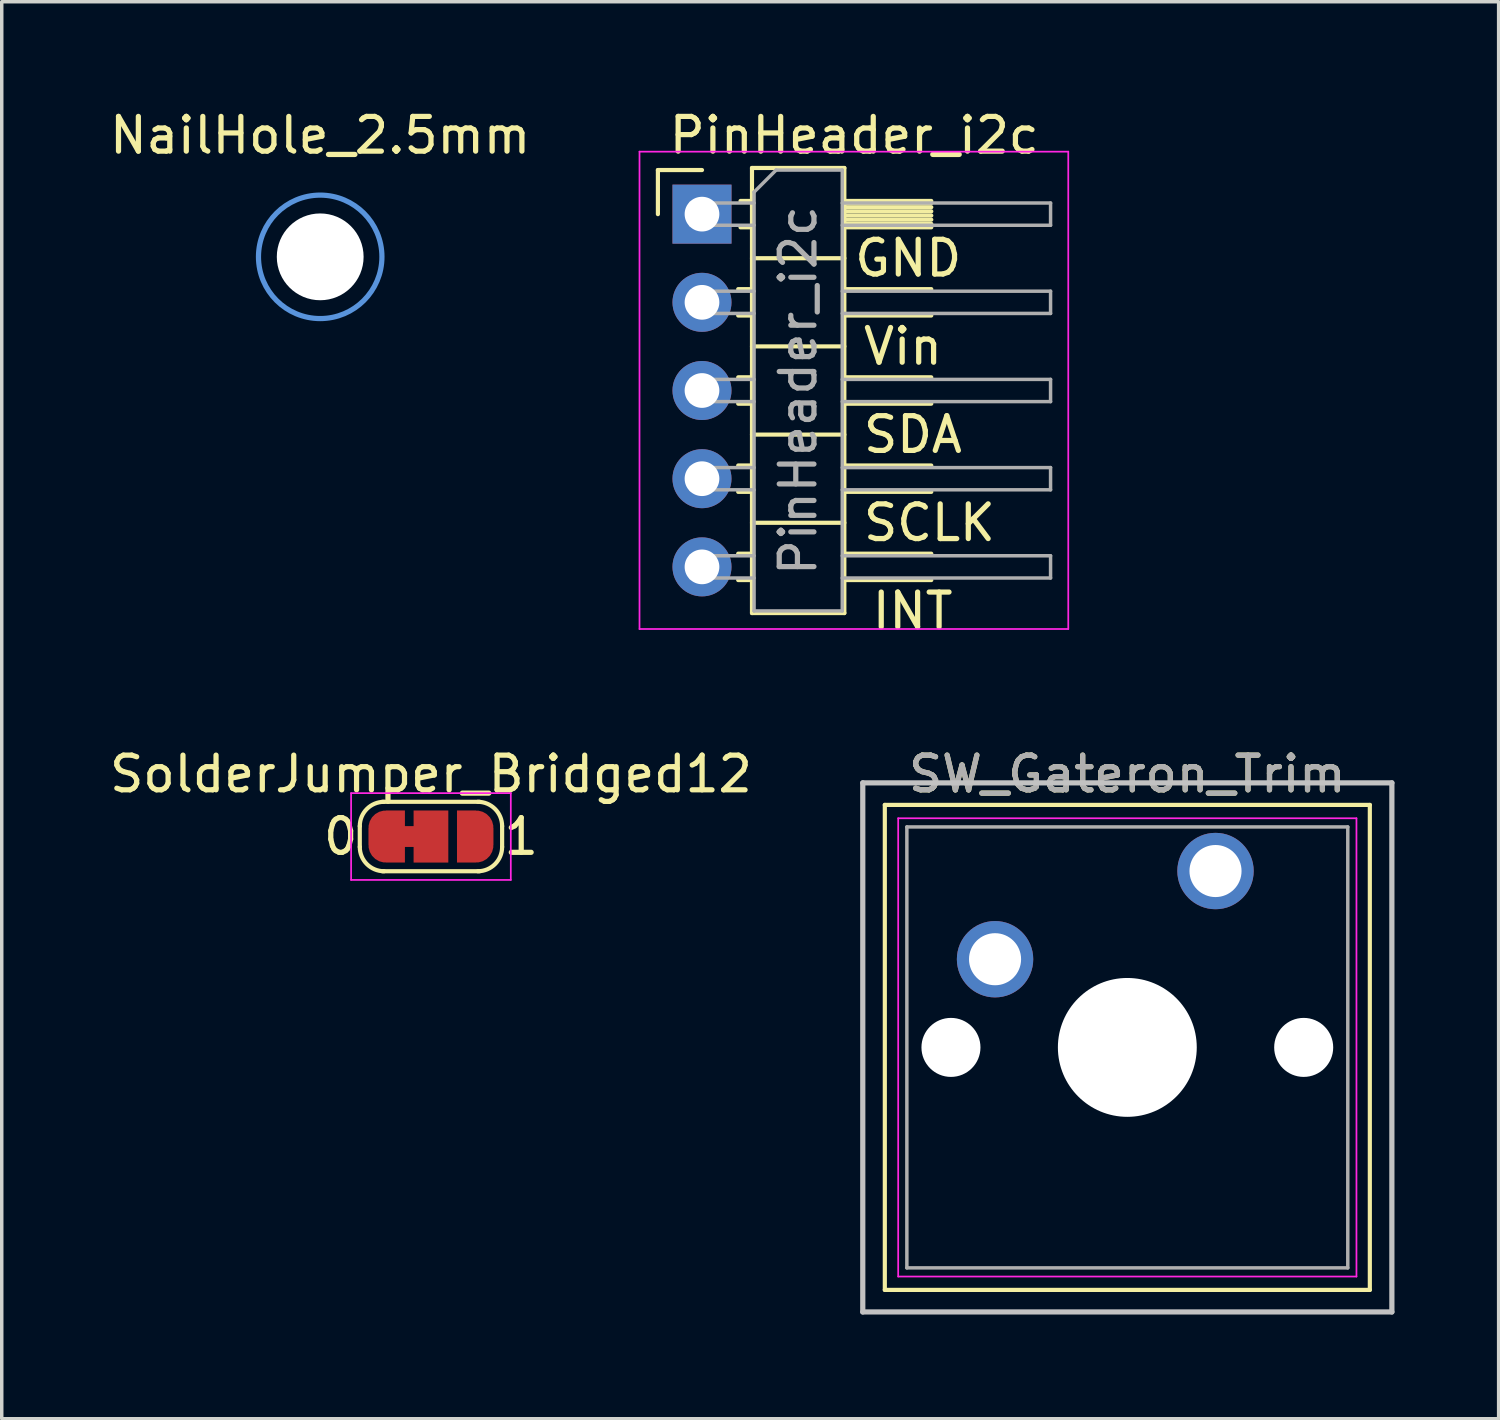
<source format=kicad_pcb>
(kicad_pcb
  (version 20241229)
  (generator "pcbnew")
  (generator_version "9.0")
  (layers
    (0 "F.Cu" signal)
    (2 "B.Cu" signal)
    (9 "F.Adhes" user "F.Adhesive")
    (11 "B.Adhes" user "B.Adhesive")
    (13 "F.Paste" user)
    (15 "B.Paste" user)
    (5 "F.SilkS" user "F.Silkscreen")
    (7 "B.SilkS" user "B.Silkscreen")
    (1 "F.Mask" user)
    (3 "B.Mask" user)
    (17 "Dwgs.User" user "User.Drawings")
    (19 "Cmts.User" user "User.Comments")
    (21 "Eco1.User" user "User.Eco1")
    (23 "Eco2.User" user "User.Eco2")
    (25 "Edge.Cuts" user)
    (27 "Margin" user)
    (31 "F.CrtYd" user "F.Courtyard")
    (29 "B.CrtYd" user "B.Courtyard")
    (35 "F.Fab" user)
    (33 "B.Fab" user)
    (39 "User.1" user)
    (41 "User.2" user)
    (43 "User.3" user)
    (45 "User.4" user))
  (footprint "SolderJumper_Bridged12"
    (layer "F.Cu")
    (at 9.363 21.045)
    (property "Reference" "SolderJumper_Bridged12" (at 0 -1.8 0) (layer "F.SilkS") (effects (font (size 1 1) (thickness 0.15))))
    (attr exclude_from_pos_files exclude_from_bom)
    (fp_poly (pts (xy -0.9 -0.3) (xy -0.4 -0.3) (xy -0.4 0.3) (xy -0.9 0.3)) (stroke (width 0) (type solid)) (fill yes) (layer "F.Cu"))
    (fp_poly (pts (xy -0.254 0.508) (xy -1.016 0.508) (xy -1.016 -0.508) (xy -0.254 -0.508)) (stroke (width 0.1) (type solid)) (fill yes) (layer "F.Mask"))
    (fp_poly (pts (xy 1.016 0.508) (xy 0.254 0.508) (xy 0.254 -0.508) (xy 1.016 -0.508)) (stroke (width 0.1) (type solid)) (fill yes) (layer "F.Mask"))
    (fp_line (start -2.05 0.3) (end -2.05 -0.3) (stroke (width 0.12) (type solid)) (layer "F.SilkS"))
    (fp_line (start -1.4 -1) (end 1.4 -1) (stroke (width 0.12) (type solid)) (layer "F.SilkS"))
    (fp_line (start 1.4 1) (end -1.4 1) (stroke (width 0.12) (type solid)) (layer "F.SilkS"))
    (fp_line (start 2.05 -0.3) (end 2.05 0.3) (stroke (width 0.12) (type solid)) (layer "F.SilkS"))
    (fp_arc (start -2.05 -0.3) (mid -1.844975 -0.794975) (end -1.35 -1) (stroke (width 0.12) (type solid)) (layer "F.SilkS"))
    (fp_arc (start -1.35 1) (mid -1.844975 0.794975) (end -2.05 0.3) (stroke (width 0.12) (type solid)) (layer "F.SilkS"))
    (fp_arc (start 1.35 -1) (mid 1.844975 -0.794975) (end 2.05 -0.3) (stroke (width 0.12) (type solid)) (layer "F.SilkS"))
    (fp_arc (start 2.05 0.3) (mid 1.844975 0.794975) (end 1.35 1) (stroke (width 0.12) (type solid)) (layer "F.SilkS"))
    (fp_line (start -2.3 -1.25) (end -2.3 1.25) (stroke (width 0.05) (type solid)) (layer "F.CrtYd"))
    (fp_line (start -2.3 -1.25) (end 2.3 -1.25) (stroke (width 0.05) (type solid)) (layer "F.CrtYd"))
    (fp_line (start 2.3 1.25) (end -2.3 1.25) (stroke (width 0.05) (type solid)) (layer "F.CrtYd"))
    (fp_line (start 2.3 1.25) (end 2.3 -1.25) (stroke (width 0.05) (type solid)) (layer "F.CrtYd"))
    (fp_text user "0" (at -2.6 0 0) (layer "F.SilkS") (effects (font (size 1 1) (thickness 0.15))))
    (fp_text user "1" (at 2.6 0 0) (layer "F.SilkS") (effects (font (size 1 1) (thickness 0.15))))
    (pad "1" smd custom (at -1.3 0) (size 1 0.5) (layers "F.Cu" "F.Mask") (options (anchor rect)) (primitives (gr_poly (pts (xy 0.55 -0.75) (xy 0 -0.75) (xy 0 0.75) (xy 0.55 0.75)) (width 0) (fill yes)) (gr_circle (center 0 0.25) (end 0.5 0.25) (width 0) (fill yes)) (gr_circle (center 0 -0.25) (end 0.5 -0.25) (width 0) (fill yes))))
    (pad "2" smd rect (at 0 0) (size 1 1.5) (layers "F.Cu" "F.Mask"))
    (pad "3" smd custom (at 1.3 0) (size 1 0.5) (layers "F.Cu" "F.Mask") (options (anchor rect)) (primitives (gr_circle (center 0 0.25) (end 0.5 0.25) (width 0) (fill yes)) (gr_circle (center 0 -0.25) (end 0.5 -0.25) (width 0) (fill yes)) (gr_poly (pts (xy -0.55 -0.75) (xy 0 -0.75) (xy 0 0.75) (xy -0.55 0.75)) (width 0) (fill yes)))))
  (footprint "PinHeader_i2c"
    (layer "F.Cu")
    (at 17.17 3.118)
    (property "Reference" "PinHeader_i2c" (at 4.385 -2.27 0) (layer "F.SilkS") (effects (font (size 1 1) (thickness 0.15))))
    (attr through_hole)
    (fp_line (start -1.27 -1.27) (end 0 -1.27) (stroke (width 0.12) (type solid)) (layer "F.SilkS"))
    (fp_line (start -1.27 0) (end -1.27 -1.27) (stroke (width 0.12) (type solid)) (layer "F.SilkS"))
    (fp_line (start 1.043 2.16) (end 1.44 2.16) (stroke (width 0.12) (type solid)) (layer "F.SilkS"))
    (fp_line (start 1.043 2.92) (end 1.44 2.92) (stroke (width 0.12) (type solid)) (layer "F.SilkS"))
    (fp_line (start 1.043 4.7) (end 1.44 4.7) (stroke (width 0.12) (type solid)) (layer "F.SilkS"))
    (fp_line (start 1.043 5.46) (end 1.44 5.46) (stroke (width 0.12) (type solid)) (layer "F.SilkS"))
    (fp_line (start 1.043 7.24) (end 1.44 7.24) (stroke (width 0.12) (type solid)) (layer "F.SilkS"))
    (fp_line (start 1.043 8) (end 1.44 8) (stroke (width 0.12) (type solid)) (layer "F.SilkS"))
    (fp_line (start 1.043 9.78) (end 1.44 9.78) (stroke (width 0.12) (type solid)) (layer "F.SilkS"))
    (fp_line (start 1.043 10.54) (end 1.44 10.54) (stroke (width 0.12) (type solid)) (layer "F.SilkS"))
    (fp_line (start 1.11 -0.38) (end 1.44 -0.38) (stroke (width 0.12) (type solid)) (layer "F.SilkS"))
    (fp_line (start 1.11 0.38) (end 1.44 0.38) (stroke (width 0.12) (type solid)) (layer "F.SilkS"))
    (fp_line (start 1.44 -1.33) (end 1.44 11.49) (stroke (width 0.12) (type solid)) (layer "F.SilkS"))
    (fp_line (start 1.44 1.27) (end 4.1 1.27) (stroke (width 0.12) (type solid)) (layer "F.SilkS"))
    (fp_line (start 1.44 3.81) (end 4.1 3.81) (stroke (width 0.12) (type solid)) (layer "F.SilkS"))
    (fp_line (start 1.44 6.35) (end 4.1 6.35) (stroke (width 0.12) (type solid)) (layer "F.SilkS"))
    (fp_line (start 1.44 8.89) (end 4.1 8.89) (stroke (width 0.12) (type solid)) (layer "F.SilkS"))
    (fp_line (start 1.44 11.49) (end 4.1 11.49) (stroke (width 0.12) (type solid)) (layer "F.SilkS"))
    (fp_line (start 4.1 -1.33) (end 1.44 -1.33) (stroke (width 0.12) (type solid)) (layer "F.SilkS"))
    (fp_line (start 4.1 -0.38) (end 6.604 -0.38) (stroke (width 0.12) (type solid)) (layer "F.SilkS"))
    (fp_line (start 4.1 -0.32) (end 6.604 -0.32) (stroke (width 0.12) (type solid)) (layer "F.SilkS"))
    (fp_line (start 4.1 -0.2) (end 6.604 -0.2) (stroke (width 0.12) (type solid)) (layer "F.SilkS"))
    (fp_line (start 4.1 -0.08) (end 6.604 -0.08) (stroke (width 0.12) (type solid)) (layer "F.SilkS"))
    (fp_line (start 4.1 0.04) (end 6.604 0.04) (stroke (width 0.12) (type solid)) (layer "F.SilkS"))
    (fp_line (start 4.1 0.16) (end 6.604 0.16) (stroke (width 0.12) (type solid)) (layer "F.SilkS"))
    (fp_line (start 4.1 0.28) (end 6.604 0.28) (stroke (width 0.12) (type solid)) (layer "F.SilkS"))
    (fp_line (start 4.1 2.16) (end 6.604 2.16) (stroke (width 0.12) (type solid)) (layer "F.SilkS"))
    (fp_line (start 4.1 4.7) (end 6.604 4.7) (stroke (width 0.12) (type solid)) (layer "F.SilkS"))
    (fp_line (start 4.1 7.24) (end 6.604 7.24) (stroke (width 0.12) (type solid)) (layer "F.SilkS"))
    (fp_line (start 4.1 9.78) (end 6.604 9.78) (stroke (width 0.12) (type solid)) (layer "F.SilkS"))
    (fp_line (start 4.1 11.49) (end 4.1 -1.33) (stroke (width 0.12) (type solid)) (layer "F.SilkS"))
    (fp_line (start 6.604 0.38) (end 4.1 0.38) (stroke (width 0.12) (type solid)) (layer "F.SilkS"))
    (fp_line (start 6.604 2.92) (end 4.1 2.92) (stroke (width 0.12) (type solid)) (layer "F.SilkS"))
    (fp_line (start 6.604 5.46) (end 4.1 5.46) (stroke (width 0.12) (type solid)) (layer "F.SilkS"))
    (fp_line (start 6.604 8) (end 4.1 8) (stroke (width 0.12) (type solid)) (layer "F.SilkS"))
    (fp_line (start 6.604 10.54) (end 4.1 10.54) (stroke (width 0.12) (type solid)) (layer "F.SilkS"))
    (fp_line (start -1.8 -1.8) (end -1.8 11.95) (stroke (width 0.05) (type solid)) (layer "F.CrtYd"))
    (fp_line (start -1.8 11.95) (end 10.55 11.95) (stroke (width 0.05) (type solid)) (layer "F.CrtYd"))
    (fp_line (start 10.55 -1.8) (end -1.8 -1.8) (stroke (width 0.05) (type solid)) (layer "F.CrtYd"))
    (fp_line (start 10.55 11.95) (end 10.55 -1.8) (stroke (width 0.05) (type solid)) (layer "F.CrtYd"))
    (fp_line (start -0.32 -0.32) (end -0.32 0.32) (stroke (width 0.1) (type solid)) (layer "F.Fab"))
    (fp_line (start -0.32 -0.32) (end 1.5 -0.32) (stroke (width 0.1) (type solid)) (layer "F.Fab"))
    (fp_line (start -0.32 0.32) (end 1.5 0.32) (stroke (width 0.1) (type solid)) (layer "F.Fab"))
    (fp_line (start -0.32 2.22) (end -0.32 2.86) (stroke (width 0.1) (type solid)) (layer "F.Fab"))
    (fp_line (start -0.32 2.22) (end 1.5 2.22) (stroke (width 0.1) (type solid)) (layer "F.Fab"))
    (fp_line (start -0.32 2.86) (end 1.5 2.86) (stroke (width 0.1) (type solid)) (layer "F.Fab"))
    (fp_line (start -0.32 4.76) (end -0.32 5.4) (stroke (width 0.1) (type solid)) (layer "F.Fab"))
    (fp_line (start -0.32 4.76) (end 1.5 4.76) (stroke (width 0.1) (type solid)) (layer "F.Fab"))
    (fp_line (start -0.32 5.4) (end 1.5 5.4) (stroke (width 0.1) (type solid)) (layer "F.Fab"))
    (fp_line (start -0.32 7.3) (end -0.32 7.94) (stroke (width 0.1) (type solid)) (layer "F.Fab"))
    (fp_line (start -0.32 7.3) (end 1.5 7.3) (stroke (width 0.1) (type solid)) (layer "F.Fab"))
    (fp_line (start -0.32 7.94) (end 1.5 7.94) (stroke (width 0.1) (type solid)) (layer "F.Fab"))
    (fp_line (start -0.32 9.84) (end -0.32 10.48) (stroke (width 0.1) (type solid)) (layer "F.Fab"))
    (fp_line (start -0.32 9.84) (end 1.5 9.84) (stroke (width 0.1) (type solid)) (layer "F.Fab"))
    (fp_line (start -0.32 10.48) (end 1.5 10.48) (stroke (width 0.1) (type solid)) (layer "F.Fab"))
    (fp_line (start 1.5 -0.635) (end 2.135 -1.27) (stroke (width 0.1) (type solid)) (layer "F.Fab"))
    (fp_line (start 1.5 11.43) (end 1.5 -0.635) (stroke (width 0.1) (type solid)) (layer "F.Fab"))
    (fp_line (start 2.135 -1.27) (end 4.04 -1.27) (stroke (width 0.1) (type solid)) (layer "F.Fab"))
    (fp_line (start 4.04 -1.27) (end 4.04 11.43) (stroke (width 0.1) (type solid)) (layer "F.Fab"))
    (fp_line (start 4.04 -0.32) (end 10.04 -0.32) (stroke (width 0.1) (type solid)) (layer "F.Fab"))
    (fp_line (start 4.04 0.32) (end 10.04 0.32) (stroke (width 0.1) (type solid)) (layer "F.Fab"))
    (fp_line (start 4.04 2.22) (end 10.04 2.22) (stroke (width 0.1) (type solid)) (layer "F.Fab"))
    (fp_line (start 4.04 2.86) (end 10.04 2.86) (stroke (width 0.1) (type solid)) (layer "F.Fab"))
    (fp_line (start 4.04 4.76) (end 10.04 4.76) (stroke (width 0.1) (type solid)) (layer "F.Fab"))
    (fp_line (start 4.04 5.4) (end 10.04 5.4) (stroke (width 0.1) (type solid)) (layer "F.Fab"))
    (fp_line (start 4.04 7.3) (end 10.04 7.3) (stroke (width 0.1) (type solid)) (layer "F.Fab"))
    (fp_line (start 4.04 7.94) (end 10.04 7.94) (stroke (width 0.1) (type solid)) (layer "F.Fab"))
    (fp_line (start 4.04 9.84) (end 10.04 9.84) (stroke (width 0.1) (type solid)) (layer "F.Fab"))
    (fp_line (start 4.04 10.48) (end 10.04 10.48) (stroke (width 0.1) (type solid)) (layer "F.Fab"))
    (fp_line (start 4.04 11.43) (end 1.5 11.43) (stroke (width 0.1) (type solid)) (layer "F.Fab"))
    (fp_line (start 10.04 -0.32) (end 10.04 0.32) (stroke (width 0.1) (type solid)) (layer "F.Fab"))
    (fp_line (start 10.04 2.22) (end 10.04 2.86) (stroke (width 0.1) (type solid)) (layer "F.Fab"))
    (fp_line (start 10.04 4.76) (end 10.04 5.4) (stroke (width 0.1) (type solid)) (layer "F.Fab"))
    (fp_line (start 10.04 7.3) (end 10.04 7.94) (stroke (width 0.1) (type solid)) (layer "F.Fab"))
    (fp_line (start 10.04 9.84) (end 10.04 10.48) (stroke (width 0.1) (type solid)) (layer "F.Fab"))
    (fp_text user "SCLK" (at 4.572 8.89 0) (layer "F.SilkS") (effects (font (size 1 1) (thickness 0.15)) (justify left)))
    (fp_text user "Vin" (at 4.572 3.81 0) (layer "F.SilkS") (effects (font (size 1 1) (thickness 0.15)) (justify left)))
    (fp_text user "SDA" (at 4.572 6.35 0) (layer "F.SilkS") (effects (font (size 1 1) (thickness 0.15)) (justify left)))
    (fp_text user "INT" (at 4.826 11.43 0) (layer "F.SilkS") (effects (font (size 1 1) (thickness 0.15)) (justify left)))
    (fp_text user "GND" (at 4.318 1.27 0) (layer "F.SilkS") (effects (font (size 1 1) (thickness 0.15)) (justify left)))
    (fp_text user "${REFERENCE}" (at 2.77 5.08 90) (layer "F.Fab") (effects (font (size 1 1) (thickness 0.15))))
    (pad "1" thru_hole rect (at 0 0) (size 1.7 1.7) (drill 1) (layers "*.Cu" "*.Mask"))
    (pad "2" thru_hole oval (at 0 2.54) (size 1.7 1.7) (drill 1) (layers "*.Cu" "*.Mask"))
    (pad "3" thru_hole oval (at 0 5.08) (size 1.7 1.7) (drill 1) (layers "*.Cu" "*.Mask"))
    (pad "4" thru_hole oval (at 0 7.62) (size 1.7 1.7) (drill 1) (layers "*.Cu" "*.Mask"))
    (pad "5" thru_hole oval (at 0 10.16) (size 1.7 1.7) (drill 1) (layers "*.Cu" "*.Mask")))
  (footprint "NailHole_2.5mm"
    (layer "F.Cu")
    (at 6.173 4.348)
    (property "Reference" "NailHole_2.5mm" (at 0 -3.5 0) (layer "F.SilkS") (effects (font (size 1 1) (thickness 0.15))))
    (attr exclude_from_pos_files exclude_from_bom)
    (fp_circle (center 0 0) (end 1.778 0) (stroke (width 0.15) (type solid)) (fill no) (layer "Cmts.User"))
    (fp_circle (center 0 0) (end 1.778 0) (stroke (width 0.05) (type solid)) (fill no) (layer "F.CrtYd"))
    (pad "" np_thru_hole circle (at 0 0) (size 2.5 2.5) (drill 2.5) (layers "*.Cu" "*.Mask")))
  (footprint "SW_Gateron_Trim"
    (layer "F.Cu")
    (at 31.961 22.039)
    (property "Reference" "SW_Gateron_Trim" (at -2.54 -2.794 0) (layer "F.SilkS") (effects (font (size 1 1) (thickness 0.15))))
    (attr through_hole)
    (fp_line (start -9.525 -1.905) (end 4.445 -1.905) (stroke (width 0.12) (type solid)) (layer "F.SilkS"))
    (fp_line (start -9.525 12.065) (end -9.525 -1.905) (stroke (width 0.12) (type solid)) (layer "F.SilkS"))
    (fp_line (start 4.445 -1.905) (end 4.445 12.065) (stroke (width 0.12) (type solid)) (layer "F.SilkS"))
    (fp_line (start 4.445 12.065) (end -9.525 12.065) (stroke (width 0.12) (type solid)) (layer "F.SilkS"))
    (fp_line (start -10.16 -2.54) (end 5.08 -2.54) (stroke (width 0.15) (type solid)) (layer "Dwgs.User"))
    (fp_line (start -10.16 12.7) (end -10.16 -2.54) (stroke (width 0.15) (type solid)) (layer "Dwgs.User"))
    (fp_line (start 5.08 -2.54) (end 5.08 12.7) (stroke (width 0.15) (type solid)) (layer "Dwgs.User"))
    (fp_line (start 5.08 12.7) (end -10.16 12.7) (stroke (width 0.15) (type solid)) (layer "Dwgs.User"))
    (fp_line (start -9.14 -1.52) (end 4.06 -1.52) (stroke (width 0.05) (type solid)) (layer "F.CrtYd"))
    (fp_line (start -9.14 11.68) (end -9.14 -1.52) (stroke (width 0.05) (type solid)) (layer "F.CrtYd"))
    (fp_line (start 4.06 -1.52) (end 4.06 11.68) (stroke (width 0.05) (type solid)) (layer "F.CrtYd"))
    (fp_line (start 4.06 11.68) (end -9.14 11.68) (stroke (width 0.05) (type solid)) (layer "F.CrtYd"))
    (fp_line (start -8.89 -1.27) (end 3.81 -1.27) (stroke (width 0.1) (type solid)) (layer "F.Fab"))
    (fp_line (start -8.89 11.43) (end -8.89 -1.27) (stroke (width 0.1) (type solid)) (layer "F.Fab"))
    (fp_line (start 3.81 -1.27) (end 3.81 11.43) (stroke (width 0.1) (type solid)) (layer "F.Fab"))
    (fp_line (start 3.81 11.43) (end -8.89 11.43) (stroke (width 0.1) (type solid)) (layer "F.Fab"))
    (fp_text user "${REFERENCE}" (at -2.54 -2.794 0) (layer "F.Fab") (effects (font (size 1 1) (thickness 0.15))))
    (pad "" np_thru_hole circle (at -7.62 5.08) (size 1.7 1.7) (drill 1.7) (layers "*.Cu" "*.Mask"))
    (pad "" np_thru_hole circle (at -2.54 5.08) (size 4 4) (drill 4) (layers "*.Cu" "*.Mask"))
    (pad "" np_thru_hole circle (at 2.54 5.08) (size 1.7 1.7) (drill 1.7) (layers "*.Cu" "*.Mask"))
    (pad "1" thru_hole circle (at 0 0) (size 2.2 2.2) (drill 1.5) (layers "*.Cu" "*.Mask"))
    (pad "2" thru_hole circle (at -6.35 2.54) (size 2.2 2.2) (drill 1.5) (layers "*.Cu" "*.Mask")))
  (gr_rect
    (start -3 -3)
    (end 40.116 37.814)
    (stroke (width 0.1) (type default))
    (fill no)
    (layer "Edge.Cuts")))
</source>
